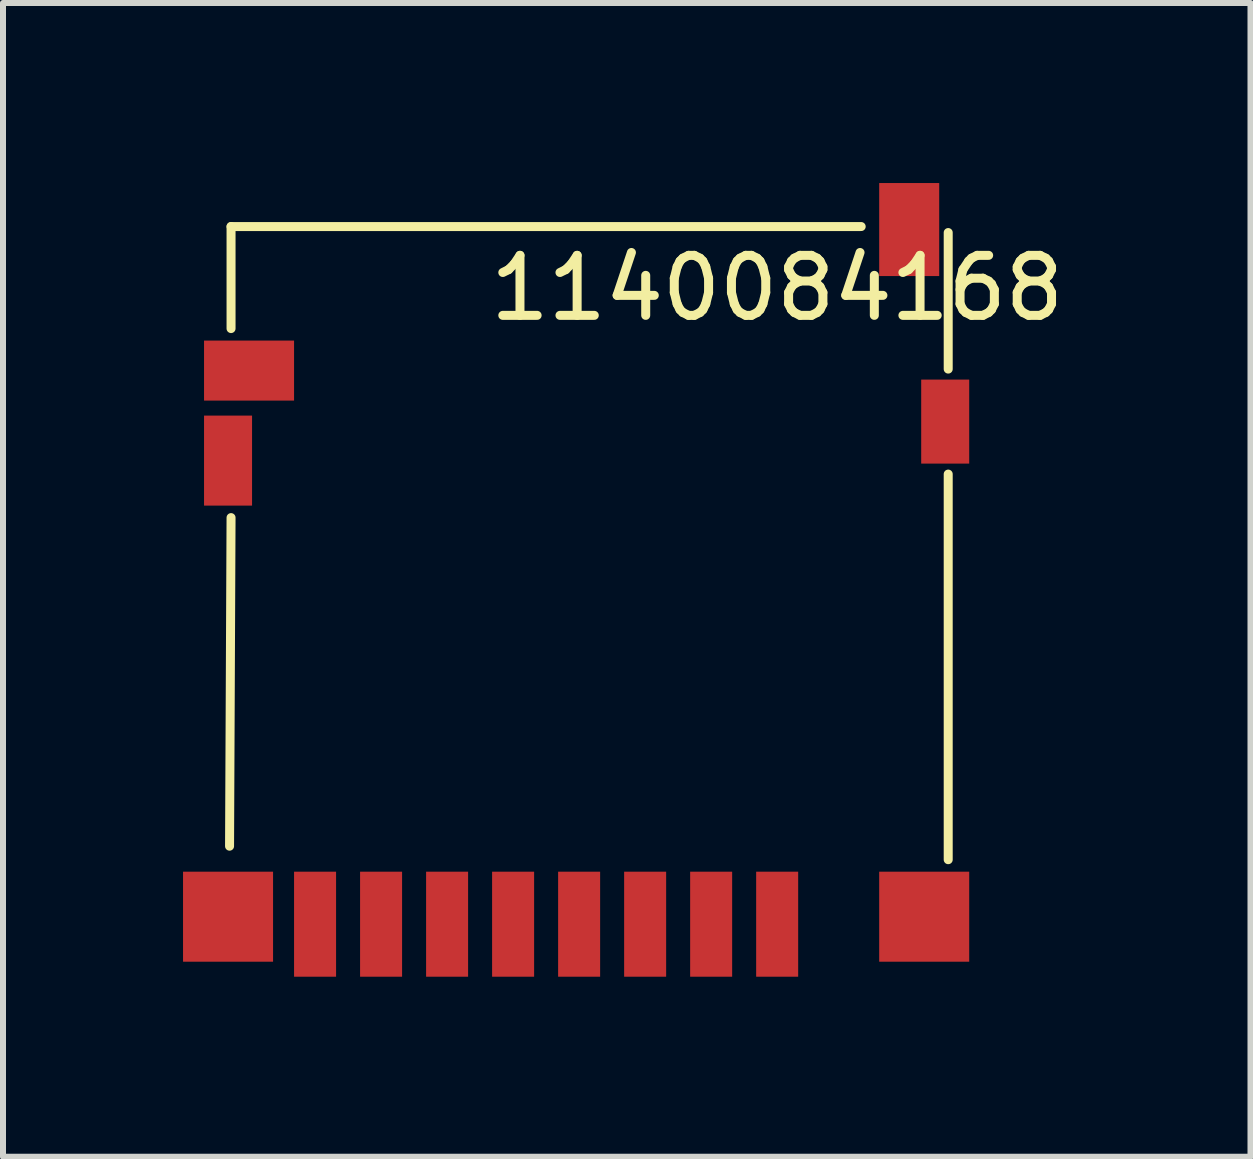
<source format=kicad_pcb>
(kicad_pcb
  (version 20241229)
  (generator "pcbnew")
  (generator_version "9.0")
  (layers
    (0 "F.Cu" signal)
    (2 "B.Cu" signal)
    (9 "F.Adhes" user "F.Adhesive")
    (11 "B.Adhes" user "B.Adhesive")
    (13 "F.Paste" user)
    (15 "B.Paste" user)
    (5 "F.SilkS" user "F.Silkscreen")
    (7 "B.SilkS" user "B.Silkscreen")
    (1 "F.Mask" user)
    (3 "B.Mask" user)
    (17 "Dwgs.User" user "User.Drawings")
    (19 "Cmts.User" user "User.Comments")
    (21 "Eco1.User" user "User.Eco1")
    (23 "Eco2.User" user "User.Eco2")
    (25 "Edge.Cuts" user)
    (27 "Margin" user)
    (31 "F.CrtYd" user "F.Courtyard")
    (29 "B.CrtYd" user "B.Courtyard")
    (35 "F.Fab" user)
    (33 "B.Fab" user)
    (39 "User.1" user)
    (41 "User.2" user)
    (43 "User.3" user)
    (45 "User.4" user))
  (footprint "1140084168"
    (layer "F.Cu")
    (at 6.775 6.45)
    (property "Reference" "1140084168" (at 3.125 -4.7 0) (layer "F.SilkS") (effects (font (size 1 1) (thickness 0.15))))
    (attr through_hole)
    (fp_line (start -6 4.6) (end -5.975 -0.875) (stroke (width 0.15) (type solid)) (layer "F.SilkS"))
    (fp_line (start -5.975 -5.725) (end -5.975 -4.025) (stroke (width 0.15) (type solid)) (layer "F.SilkS"))
    (fp_line (start -5.975 -5.725) (end 4.525 -5.725) (stroke (width 0.15) (type solid)) (layer "F.SilkS"))
    (fp_line (start 5.975 -5.625) (end 5.975 -3.35) (stroke (width 0.15) (type solid)) (layer "F.SilkS"))
    (fp_line (start 5.975 -1.6) (end 5.975 4.825) (stroke (width 0.15) (type solid)) (layer "F.SilkS"))
    (pad "1" smd rect (at 3.125 5.9) (size 0.7 1.75) (layers "F.Cu" "F.Mask" "F.Paste"))
    (pad "2" smd rect (at 2.025 5.9) (size 0.7 1.75) (layers "F.Cu" "F.Mask" "F.Paste"))
    (pad "3" smd rect (at 0.925 5.9) (size 0.7 1.75) (layers "F.Cu" "F.Mask" "F.Paste"))
    (pad "4" smd rect (at -0.175 5.9) (size 0.7 1.75) (layers "F.Cu" "F.Mask" "F.Paste"))
    (pad "5" smd rect (at -1.275 5.9) (size 0.7 1.75) (layers "F.Cu" "F.Mask" "F.Paste"))
    (pad "6" smd rect (at -2.375 5.9) (size 0.7 1.75) (layers "F.Cu" "F.Mask" "F.Paste"))
    (pad "7" smd rect (at -3.475 5.9) (size 0.7 1.75) (layers "F.Cu" "F.Mask" "F.Paste"))
    (pad "8" smd rect (at -4.575 5.9) (size 0.7 1.75) (layers "F.Cu" "F.Mask" "F.Paste"))
    (pad "9" smd rect (at -5.675 -3.325) (size 1.5 1) (layers "F.Cu" "F.Mask" "F.Paste"))
    (pad "10" smd rect (at 5.325 -5.675) (size 1 1.55) (layers "F.Cu" "F.Mask" "F.Paste"))
    (pad "11" smd rect (at -6.025 -1.825) (size 0.8 1.5) (layers "F.Cu" "F.Mask" "F.Paste"))
    (pad "11" smd rect (at -6.025 5.775) (size 1.5 1.5) (layers "F.Cu" "F.Mask" "F.Paste"))
    (pad "11" smd rect (at 5.575 5.775) (size 1.5 1.5) (layers "F.Cu" "F.Mask" "F.Paste"))
    (pad "11" smd rect (at 5.925 -2.475) (size 0.8 1.4) (layers "F.Cu" "F.Mask" "F.Paste")))
  (gr_rect
    (start -3 -3)
    (end 17.787 16.225)
    (stroke (width 0.1) (type default))
    (fill no)
    (layer "Edge.Cuts")))
</source>
